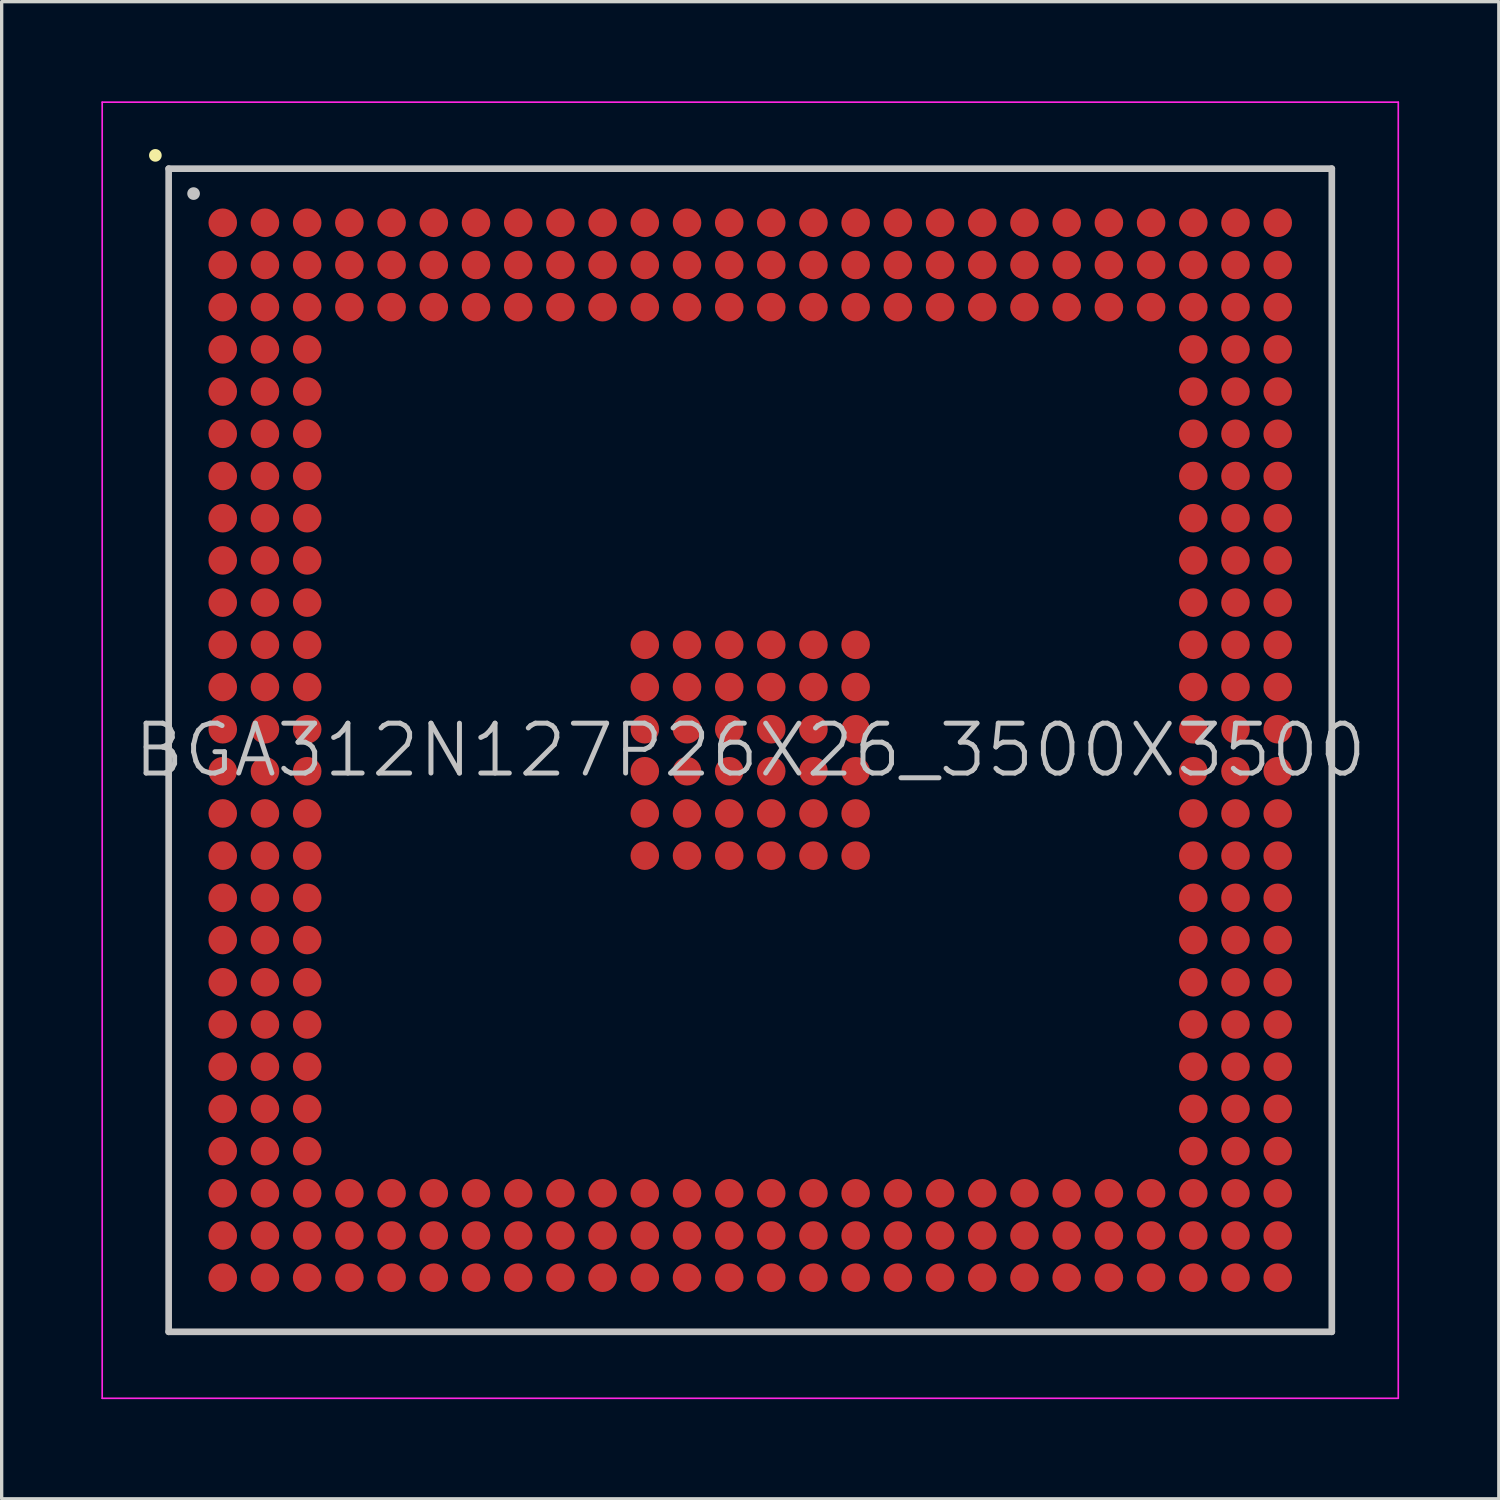
<source format=kicad_pcb>
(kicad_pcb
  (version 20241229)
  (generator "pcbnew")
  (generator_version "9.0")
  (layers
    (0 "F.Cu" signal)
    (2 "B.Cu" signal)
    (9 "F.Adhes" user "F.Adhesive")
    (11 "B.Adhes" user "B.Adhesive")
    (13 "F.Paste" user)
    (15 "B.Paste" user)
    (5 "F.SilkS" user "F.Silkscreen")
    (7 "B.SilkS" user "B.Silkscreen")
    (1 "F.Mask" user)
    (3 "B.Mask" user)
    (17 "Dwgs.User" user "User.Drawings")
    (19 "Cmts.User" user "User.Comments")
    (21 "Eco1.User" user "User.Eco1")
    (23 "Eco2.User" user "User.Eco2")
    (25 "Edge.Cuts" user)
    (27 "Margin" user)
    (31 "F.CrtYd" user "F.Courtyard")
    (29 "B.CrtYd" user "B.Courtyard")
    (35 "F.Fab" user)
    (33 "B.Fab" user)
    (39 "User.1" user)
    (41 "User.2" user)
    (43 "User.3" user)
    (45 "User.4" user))
  (footprint "BGA312N127P26X26_3500X3500"
    (layer "F.Cu")
    (at 19.525 19.525)
    (property "Reference" "BGA312N127P26X26_3500X3500" (at 0 0 0) (layer "Dwgs.User") (effects (font (size 1.5 1.5) (thickness 0.15))))
    (attr smd)
    (fp_line (start -17.9 -17.9) (end -17.9 -17.9) (stroke (width 0.381) (type solid)) (layer "F.SilkS"))
    (fp_line (start -17.5 -17.5) (end -17.5 17.5) (stroke (width 0.2) (type solid)) (layer "Dwgs.User"))
    (fp_line (start -17.5 -17.5) (end 17.5 -17.5) (stroke (width 0.2) (type solid)) (layer "Dwgs.User"))
    (fp_line (start -17.5 17.5) (end 17.5 17.5) (stroke (width 0.2) (type solid)) (layer "Dwgs.User"))
    (fp_line (start -16.75 -16.75) (end -16.75 -16.75) (stroke (width 0.381) (type solid)) (layer "Dwgs.User"))
    (fp_line (start 17.5 -17.5) (end 17.5 17.5) (stroke (width 0.2) (type solid)) (layer "Dwgs.User"))
    (fp_line (start -19.5 -19.5) (end -19.5 19.5) (stroke (width 0.05) (type solid)) (layer "F.CrtYd"))
    (fp_line (start -19.5 -19.5) (end 19.5 -19.5) (stroke (width 0.05) (type solid)) (layer "F.CrtYd"))
    (fp_line (start -19.5 19.5) (end 19.5 19.5) (stroke (width 0.05) (type solid)) (layer "F.CrtYd"))
    (fp_line (start 19.5 -19.5) (end 19.5 19.5) (stroke (width 0.05) (type solid)) (layer "F.CrtYd"))
    (pad "A1" smd circle (at -15.872 -15.872 270) (size 0.86 0.86) (layers "F.Cu" "F.Mask" "F.Paste"))
    (pad "A2" smd circle (at -14.602 -15.872 270) (size 0.86 0.86) (layers "F.Cu" "F.Mask" "F.Paste"))
    (pad "A3" smd circle (at -13.332 -15.872 270) (size 0.86 0.86) (layers "F.Cu" "F.Mask" "F.Paste"))
    (pad "A4" smd circle (at -12.062 -15.872 270) (size 0.86 0.86) (layers "F.Cu" "F.Mask" "F.Paste"))
    (pad "A5" smd circle (at -10.792 -15.872 270) (size 0.86 0.86) (layers "F.Cu" "F.Mask" "F.Paste"))
    (pad "A6" smd circle (at -9.522 -15.872 270) (size 0.86 0.86) (layers "F.Cu" "F.Mask" "F.Paste"))
    (pad "A7" smd circle (at -8.252 -15.872 270) (size 0.86 0.86) (layers "F.Cu" "F.Mask" "F.Paste"))
    (pad "A8" smd circle (at -6.982 -15.872 270) (size 0.86 0.86) (layers "F.Cu" "F.Mask" "F.Paste"))
    (pad "A9" smd circle (at -5.712 -15.872 270) (size 0.86 0.86) (layers "F.Cu" "F.Mask" "F.Paste"))
    (pad "A10" smd circle (at -4.442 -15.872 270) (size 0.86 0.86) (layers "F.Cu" "F.Mask" "F.Paste"))
    (pad "A11" smd circle (at -3.172 -15.872 270) (size 0.86 0.86) (layers "F.Cu" "F.Mask" "F.Paste"))
    (pad "A12" smd circle (at -1.902 -15.872 270) (size 0.86 0.86) (layers "F.Cu" "F.Mask" "F.Paste"))
    (pad "A13" smd circle (at -0.632 -15.872 270) (size 0.86 0.86) (layers "F.Cu" "F.Mask" "F.Paste"))
    (pad "A14" smd circle (at 0.632 -15.872 270) (size 0.86 0.86) (layers "F.Cu" "F.Mask" "F.Paste"))
    (pad "A15" smd circle (at 1.902 -15.872 270) (size 0.86 0.86) (layers "F.Cu" "F.Mask" "F.Paste"))
    (pad "A16" smd circle (at 3.172 -15.872 270) (size 0.86 0.86) (layers "F.Cu" "F.Mask" "F.Paste"))
    (pad "A17" smd circle (at 4.442 -15.872 270) (size 0.86 0.86) (layers "F.Cu" "F.Mask" "F.Paste"))
    (pad "A18" smd circle (at 5.712 -15.872 270) (size 0.86 0.86) (layers "F.Cu" "F.Mask" "F.Paste"))
    (pad "A19" smd circle (at 6.982 -15.872 270) (size 0.86 0.86) (layers "F.Cu" "F.Mask" "F.Paste"))
    (pad "A20" smd circle (at 8.252 -15.872 270) (size 0.86 0.86) (layers "F.Cu" "F.Mask" "F.Paste"))
    (pad "A21" smd circle (at 9.522 -15.872 270) (size 0.86 0.86) (layers "F.Cu" "F.Mask" "F.Paste"))
    (pad "A22" smd circle (at 10.792 -15.872 270) (size 0.86 0.86) (layers "F.Cu" "F.Mask" "F.Paste"))
    (pad "A23" smd circle (at 12.062 -15.872 270) (size 0.86 0.86) (layers "F.Cu" "F.Mask" "F.Paste"))
    (pad "A24" smd circle (at 13.332 -15.872 270) (size 0.86 0.86) (layers "F.Cu" "F.Mask" "F.Paste"))
    (pad "A25" smd circle (at 14.602 -15.872 270) (size 0.86 0.86) (layers "F.Cu" "F.Mask" "F.Paste"))
    (pad "A26" smd circle (at 15.872 -15.872 270) (size 0.86 0.86) (layers "F.Cu" "F.Mask" "F.Paste"))
    (pad "AA1" smd circle (at -15.872 9.522 270) (size 0.86 0.86) (layers "F.Cu" "F.Mask" "F.Paste"))
    (pad "AA2" smd circle (at -14.602 9.522 270) (size 0.86 0.86) (layers "F.Cu" "F.Mask" "F.Paste"))
    (pad "AA3" smd circle (at -13.332 9.522 270) (size 0.86 0.86) (layers "F.Cu" "F.Mask" "F.Paste"))
    (pad "AA24" smd circle (at 13.332 9.522 270) (size 0.86 0.86) (layers "F.Cu" "F.Mask" "F.Paste"))
    (pad "AA25" smd circle (at 14.602 9.522 270) (size 0.86 0.86) (layers "F.Cu" "F.Mask" "F.Paste"))
    (pad "AA26" smd circle (at 15.872 9.522 270) (size 0.86 0.86) (layers "F.Cu" "F.Mask" "F.Paste"))
    (pad "AB1" smd circle (at -15.872 10.792 270) (size 0.86 0.86) (layers "F.Cu" "F.Mask" "F.Paste"))
    (pad "AB2" smd circle (at -14.602 10.792 270) (size 0.86 0.86) (layers "F.Cu" "F.Mask" "F.Paste"))
    (pad "AB3" smd circle (at -13.332 10.792 270) (size 0.86 0.86) (layers "F.Cu" "F.Mask" "F.Paste"))
    (pad "AB24" smd circle (at 13.332 10.792 270) (size 0.86 0.86) (layers "F.Cu" "F.Mask" "F.Paste"))
    (pad "AB25" smd circle (at 14.602 10.792 270) (size 0.86 0.86) (layers "F.Cu" "F.Mask" "F.Paste"))
    (pad "AB26" smd circle (at 15.872 10.792 270) (size 0.86 0.86) (layers "F.Cu" "F.Mask" "F.Paste"))
    (pad "AC1" smd circle (at -15.872 12.062 270) (size 0.86 0.86) (layers "F.Cu" "F.Mask" "F.Paste"))
    (pad "AC2" smd circle (at -14.602 12.062 270) (size 0.86 0.86) (layers "F.Cu" "F.Mask" "F.Paste"))
    (pad "AC3" smd circle (at -13.332 12.062 270) (size 0.86 0.86) (layers "F.Cu" "F.Mask" "F.Paste"))
    (pad "AC24" smd circle (at 13.332 12.062 270) (size 0.86 0.86) (layers "F.Cu" "F.Mask" "F.Paste"))
    (pad "AC25" smd circle (at 14.602 12.062 270) (size 0.86 0.86) (layers "F.Cu" "F.Mask" "F.Paste"))
    (pad "AC26" smd circle (at 15.872 12.062 270) (size 0.86 0.86) (layers "F.Cu" "F.Mask" "F.Paste"))
    (pad "AD1" smd circle (at -15.872 13.332 270) (size 0.86 0.86) (layers "F.Cu" "F.Mask" "F.Paste"))
    (pad "AD2" smd circle (at -14.602 13.332 270) (size 0.86 0.86) (layers "F.Cu" "F.Mask" "F.Paste"))
    (pad "AD3" smd circle (at -13.332 13.332 270) (size 0.86 0.86) (layers "F.Cu" "F.Mask" "F.Paste"))
    (pad "AD4" smd circle (at -12.062 13.332 270) (size 0.86 0.86) (layers "F.Cu" "F.Mask" "F.Paste"))
    (pad "AD5" smd circle (at -10.792 13.332 270) (size 0.86 0.86) (layers "F.Cu" "F.Mask" "F.Paste"))
    (pad "AD6" smd circle (at -9.522 13.332 270) (size 0.86 0.86) (layers "F.Cu" "F.Mask" "F.Paste"))
    (pad "AD7" smd circle (at -8.252 13.332 270) (size 0.86 0.86) (layers "F.Cu" "F.Mask" "F.Paste"))
    (pad "AD8" smd circle (at -6.982 13.332 270) (size 0.86 0.86) (layers "F.Cu" "F.Mask" "F.Paste"))
    (pad "AD9" smd circle (at -5.712 13.332 270) (size 0.86 0.86) (layers "F.Cu" "F.Mask" "F.Paste"))
    (pad "AD10" smd circle (at -4.442 13.332 270) (size 0.86 0.86) (layers "F.Cu" "F.Mask" "F.Paste"))
    (pad "AD11" smd circle (at -3.172 13.332 270) (size 0.86 0.86) (layers "F.Cu" "F.Mask" "F.Paste"))
    (pad "AD12" smd circle (at -1.902 13.332 270) (size 0.86 0.86) (layers "F.Cu" "F.Mask" "F.Paste"))
    (pad "AD13" smd circle (at -0.632 13.332 270) (size 0.86 0.86) (layers "F.Cu" "F.Mask" "F.Paste"))
    (pad "AD14" smd circle (at 0.632 13.332 270) (size 0.86 0.86) (layers "F.Cu" "F.Mask" "F.Paste"))
    (pad "AD15" smd circle (at 1.902 13.332 270) (size 0.86 0.86) (layers "F.Cu" "F.Mask" "F.Paste"))
    (pad "AD16" smd circle (at 3.172 13.332 270) (size 0.86 0.86) (layers "F.Cu" "F.Mask" "F.Paste"))
    (pad "AD17" smd circle (at 4.442 13.332 270) (size 0.86 0.86) (layers "F.Cu" "F.Mask" "F.Paste"))
    (pad "AD18" smd circle (at 5.712 13.332 270) (size 0.86 0.86) (layers "F.Cu" "F.Mask" "F.Paste"))
    (pad "AD19" smd circle (at 6.982 13.332 270) (size 0.86 0.86) (layers "F.Cu" "F.Mask" "F.Paste"))
    (pad "AD20" smd circle (at 8.252 13.332 270) (size 0.86 0.86) (layers "F.Cu" "F.Mask" "F.Paste"))
    (pad "AD21" smd circle (at 9.522 13.332 270) (size 0.86 0.86) (layers "F.Cu" "F.Mask" "F.Paste"))
    (pad "AD22" smd circle (at 10.792 13.332 270) (size 0.86 0.86) (layers "F.Cu" "F.Mask" "F.Paste"))
    (pad "AD23" smd circle (at 12.062 13.332 270) (size 0.86 0.86) (layers "F.Cu" "F.Mask" "F.Paste"))
    (pad "AD24" smd circle (at 13.332 13.332 270) (size 0.86 0.86) (layers "F.Cu" "F.Mask" "F.Paste"))
    (pad "AD25" smd circle (at 14.602 13.332 270) (size 0.86 0.86) (layers "F.Cu" "F.Mask" "F.Paste"))
    (pad "AD26" smd circle (at 15.872 13.332 270) (size 0.86 0.86) (layers "F.Cu" "F.Mask" "F.Paste"))
    (pad "AE1" smd circle (at -15.872 14.602 270) (size 0.86 0.86) (layers "F.Cu" "F.Mask" "F.Paste"))
    (pad "AE2" smd circle (at -14.602 14.602 270) (size 0.86 0.86) (layers "F.Cu" "F.Mask" "F.Paste"))
    (pad "AE3" smd circle (at -13.332 14.602 270) (size 0.86 0.86) (layers "F.Cu" "F.Mask" "F.Paste"))
    (pad "AE4" smd circle (at -12.062 14.602 270) (size 0.86 0.86) (layers "F.Cu" "F.Mask" "F.Paste"))
    (pad "AE5" smd circle (at -10.792 14.602 270) (size 0.86 0.86) (layers "F.Cu" "F.Mask" "F.Paste"))
    (pad "AE6" smd circle (at -9.522 14.602 270) (size 0.86 0.86) (layers "F.Cu" "F.Mask" "F.Paste"))
    (pad "AE7" smd circle (at -8.252 14.602 270) (size 0.86 0.86) (layers "F.Cu" "F.Mask" "F.Paste"))
    (pad "AE8" smd circle (at -6.982 14.602 270) (size 0.86 0.86) (layers "F.Cu" "F.Mask" "F.Paste"))
    (pad "AE9" smd circle (at -5.712 14.602 270) (size 0.86 0.86) (layers "F.Cu" "F.Mask" "F.Paste"))
    (pad "AE10" smd circle (at -4.442 14.602 270) (size 0.86 0.86) (layers "F.Cu" "F.Mask" "F.Paste"))
    (pad "AE11" smd circle (at -3.172 14.602 270) (size 0.86 0.86) (layers "F.Cu" "F.Mask" "F.Paste"))
    (pad "AE12" smd circle (at -1.902 14.602 270) (size 0.86 0.86) (layers "F.Cu" "F.Mask" "F.Paste"))
    (pad "AE13" smd circle (at -0.632 14.602 270) (size 0.86 0.86) (layers "F.Cu" "F.Mask" "F.Paste"))
    (pad "AE14" smd circle (at 0.632 14.602 270) (size 0.86 0.86) (layers "F.Cu" "F.Mask" "F.Paste"))
    (pad "AE15" smd circle (at 1.902 14.602 270) (size 0.86 0.86) (layers "F.Cu" "F.Mask" "F.Paste"))
    (pad "AE16" smd circle (at 3.172 14.602 270) (size 0.86 0.86) (layers "F.Cu" "F.Mask" "F.Paste"))
    (pad "AE17" smd circle (at 4.442 14.602 270) (size 0.86 0.86) (layers "F.Cu" "F.Mask" "F.Paste"))
    (pad "AE18" smd circle (at 5.712 14.602 270) (size 0.86 0.86) (layers "F.Cu" "F.Mask" "F.Paste"))
    (pad "AE19" smd circle (at 6.982 14.602 270) (size 0.86 0.86) (layers "F.Cu" "F.Mask" "F.Paste"))
    (pad "AE20" smd circle (at 8.252 14.602 270) (size 0.86 0.86) (layers "F.Cu" "F.Mask" "F.Paste"))
    (pad "AE21" smd circle (at 9.522 14.602 270) (size 0.86 0.86) (layers "F.Cu" "F.Mask" "F.Paste"))
    (pad "AE22" smd circle (at 10.792 14.602 270) (size 0.86 0.86) (layers "F.Cu" "F.Mask" "F.Paste"))
    (pad "AE23" smd circle (at 12.062 14.602 270) (size 0.86 0.86) (layers "F.Cu" "F.Mask" "F.Paste"))
    (pad "AE24" smd circle (at 13.332 14.602 270) (size 0.86 0.86) (layers "F.Cu" "F.Mask" "F.Paste"))
    (pad "AE25" smd circle (at 14.602 14.602 270) (size 0.86 0.86) (layers "F.Cu" "F.Mask" "F.Paste"))
    (pad "AE26" smd circle (at 15.872 14.602 270) (size 0.86 0.86) (layers "F.Cu" "F.Mask" "F.Paste"))
    (pad "AF1" smd circle (at -15.872 15.872 270) (size 0.86 0.86) (layers "F.Cu" "F.Mask" "F.Paste"))
    (pad "AF2" smd circle (at -14.602 15.872 270) (size 0.86 0.86) (layers "F.Cu" "F.Mask" "F.Paste"))
    (pad "AF3" smd circle (at -13.332 15.872 270) (size 0.86 0.86) (layers "F.Cu" "F.Mask" "F.Paste"))
    (pad "AF4" smd circle (at -12.062 15.872 270) (size 0.86 0.86) (layers "F.Cu" "F.Mask" "F.Paste"))
    (pad "AF5" smd circle (at -10.792 15.872 270) (size 0.86 0.86) (layers "F.Cu" "F.Mask" "F.Paste"))
    (pad "AF6" smd circle (at -9.522 15.872 270) (size 0.86 0.86) (layers "F.Cu" "F.Mask" "F.Paste"))
    (pad "AF7" smd circle (at -8.252 15.872 270) (size 0.86 0.86) (layers "F.Cu" "F.Mask" "F.Paste"))
    (pad "AF8" smd circle (at -6.982 15.872 270) (size 0.86 0.86) (layers "F.Cu" "F.Mask" "F.Paste"))
    (pad "AF9" smd circle (at -5.712 15.872 270) (size 0.86 0.86) (layers "F.Cu" "F.Mask" "F.Paste"))
    (pad "AF10" smd circle (at -4.442 15.872 270) (size 0.86 0.86) (layers "F.Cu" "F.Mask" "F.Paste"))
    (pad "AF11" smd circle (at -3.172 15.872 270) (size 0.86 0.86) (layers "F.Cu" "F.Mask" "F.Paste"))
    (pad "AF12" smd circle (at -1.902 15.872 270) (size 0.86 0.86) (layers "F.Cu" "F.Mask" "F.Paste"))
    (pad "AF13" smd circle (at -0.632 15.872 270) (size 0.86 0.86) (layers "F.Cu" "F.Mask" "F.Paste"))
    (pad "AF14" smd circle (at 0.632 15.872 270) (size 0.86 0.86) (layers "F.Cu" "F.Mask" "F.Paste"))
    (pad "AF15" smd circle (at 1.902 15.872 270) (size 0.86 0.86) (layers "F.Cu" "F.Mask" "F.Paste"))
    (pad "AF16" smd circle (at 3.172 15.872 270) (size 0.86 0.86) (layers "F.Cu" "F.Mask" "F.Paste"))
    (pad "AF17" smd circle (at 4.442 15.872 270) (size 0.86 0.86) (layers "F.Cu" "F.Mask" "F.Paste"))
    (pad "AF18" smd circle (at 5.712 15.872 270) (size 0.86 0.86) (layers "F.Cu" "F.Mask" "F.Paste"))
    (pad "AF19" smd circle (at 6.982 15.872 270) (size 0.86 0.86) (layers "F.Cu" "F.Mask" "F.Paste"))
    (pad "AF20" smd circle (at 8.252 15.872 270) (size 0.86 0.86) (layers "F.Cu" "F.Mask" "F.Paste"))
    (pad "AF21" smd circle (at 9.522 15.872 270) (size 0.86 0.86) (layers "F.Cu" "F.Mask" "F.Paste"))
    (pad "AF22" smd circle (at 10.792 15.872 270) (size 0.86 0.86) (layers "F.Cu" "F.Mask" "F.Paste"))
    (pad "AF23" smd circle (at 12.062 15.872 270) (size 0.86 0.86) (layers "F.Cu" "F.Mask" "F.Paste"))
    (pad "AF24" smd circle (at 13.332 15.872 270) (size 0.86 0.86) (layers "F.Cu" "F.Mask" "F.Paste"))
    (pad "AF25" smd circle (at 14.602 15.872 270) (size 0.86 0.86) (layers "F.Cu" "F.Mask" "F.Paste"))
    (pad "AF26" smd circle (at 15.872 15.872 270) (size 0.86 0.86) (layers "F.Cu" "F.Mask" "F.Paste"))
    (pad "B1" smd circle (at -15.872 -14.602 270) (size 0.86 0.86) (layers "F.Cu" "F.Mask" "F.Paste"))
    (pad "B2" smd circle (at -14.602 -14.602 270) (size 0.86 0.86) (layers "F.Cu" "F.Mask" "F.Paste"))
    (pad "B3" smd circle (at -13.332 -14.602 270) (size 0.86 0.86) (layers "F.Cu" "F.Mask" "F.Paste"))
    (pad "B4" smd circle (at -12.062 -14.602 270) (size 0.86 0.86) (layers "F.Cu" "F.Mask" "F.Paste"))
    (pad "B5" smd circle (at -10.792 -14.602 270) (size 0.86 0.86) (layers "F.Cu" "F.Mask" "F.Paste"))
    (pad "B6" smd circle (at -9.522 -14.602 270) (size 0.86 0.86) (layers "F.Cu" "F.Mask" "F.Paste"))
    (pad "B7" smd circle (at -8.252 -14.602 270) (size 0.86 0.86) (layers "F.Cu" "F.Mask" "F.Paste"))
    (pad "B8" smd circle (at -6.982 -14.602 270) (size 0.86 0.86) (layers "F.Cu" "F.Mask" "F.Paste"))
    (pad "B9" smd circle (at -5.712 -14.602 270) (size 0.86 0.86) (layers "F.Cu" "F.Mask" "F.Paste"))
    (pad "B10" smd circle (at -4.442 -14.602 270) (size 0.86 0.86) (layers "F.Cu" "F.Mask" "F.Paste"))
    (pad "B11" smd circle (at -3.172 -14.602 270) (size 0.86 0.86) (layers "F.Cu" "F.Mask" "F.Paste"))
    (pad "B12" smd circle (at -1.902 -14.602 270) (size 0.86 0.86) (layers "F.Cu" "F.Mask" "F.Paste"))
    (pad "B13" smd circle (at -0.632 -14.602 270) (size 0.86 0.86) (layers "F.Cu" "F.Mask" "F.Paste"))
    (pad "B14" smd circle (at 0.632 -14.602 270) (size 0.86 0.86) (layers "F.Cu" "F.Mask" "F.Paste"))
    (pad "B15" smd circle (at 1.902 -14.602 270) (size 0.86 0.86) (layers "F.Cu" "F.Mask" "F.Paste"))
    (pad "B16" smd circle (at 3.172 -14.602 270) (size 0.86 0.86) (layers "F.Cu" "F.Mask" "F.Paste"))
    (pad "B17" smd circle (at 4.442 -14.602 270) (size 0.86 0.86) (layers "F.Cu" "F.Mask" "F.Paste"))
    (pad "B18" smd circle (at 5.712 -14.602 270) (size 0.86 0.86) (layers "F.Cu" "F.Mask" "F.Paste"))
    (pad "B19" smd circle (at 6.982 -14.602 270) (size 0.86 0.86) (layers "F.Cu" "F.Mask" "F.Paste"))
    (pad "B20" smd circle (at 8.252 -14.602 270) (size 0.86 0.86) (layers "F.Cu" "F.Mask" "F.Paste"))
    (pad "B21" smd circle (at 9.522 -14.602 270) (size 0.86 0.86) (layers "F.Cu" "F.Mask" "F.Paste"))
    (pad "B22" smd circle (at 10.792 -14.602 270) (size 0.86 0.86) (layers "F.Cu" "F.Mask" "F.Paste"))
    (pad "B23" smd circle (at 12.062 -14.602 270) (size 0.86 0.86) (layers "F.Cu" "F.Mask" "F.Paste"))
    (pad "B24" smd circle (at 13.332 -14.602 270) (size 0.86 0.86) (layers "F.Cu" "F.Mask" "F.Paste"))
    (pad "B25" smd circle (at 14.602 -14.602 270) (size 0.86 0.86) (layers "F.Cu" "F.Mask" "F.Paste"))
    (pad "B26" smd circle (at 15.872 -14.602 270) (size 0.86 0.86) (layers "F.Cu" "F.Mask" "F.Paste"))
    (pad "C1" smd circle (at -15.872 -13.332 270) (size 0.86 0.86) (layers "F.Cu" "F.Mask" "F.Paste"))
    (pad "C2" smd circle (at -14.602 -13.332 270) (size 0.86 0.86) (layers "F.Cu" "F.Mask" "F.Paste"))
    (pad "C3" smd circle (at -13.332 -13.332 270) (size 0.86 0.86) (layers "F.Cu" "F.Mask" "F.Paste"))
    (pad "C4" smd circle (at -12.062 -13.332 270) (size 0.86 0.86) (layers "F.Cu" "F.Mask" "F.Paste"))
    (pad "C5" smd circle (at -10.792 -13.332 270) (size 0.86 0.86) (layers "F.Cu" "F.Mask" "F.Paste"))
    (pad "C6" smd circle (at -9.522 -13.332 270) (size 0.86 0.86) (layers "F.Cu" "F.Mask" "F.Paste"))
    (pad "C7" smd circle (at -8.252 -13.332 270) (size 0.86 0.86) (layers "F.Cu" "F.Mask" "F.Paste"))
    (pad "C8" smd circle (at -6.982 -13.332 270) (size 0.86 0.86) (layers "F.Cu" "F.Mask" "F.Paste"))
    (pad "C9" smd circle (at -5.712 -13.332 270) (size 0.86 0.86) (layers "F.Cu" "F.Mask" "F.Paste"))
    (pad "C10" smd circle (at -4.442 -13.332 270) (size 0.86 0.86) (layers "F.Cu" "F.Mask" "F.Paste"))
    (pad "C11" smd circle (at -3.172 -13.332 270) (size 0.86 0.86) (layers "F.Cu" "F.Mask" "F.Paste"))
    (pad "C12" smd circle (at -1.902 -13.332 270) (size 0.86 0.86) (layers "F.Cu" "F.Mask" "F.Paste"))
    (pad "C13" smd circle (at -0.632 -13.332 270) (size 0.86 0.86) (layers "F.Cu" "F.Mask" "F.Paste"))
    (pad "C14" smd circle (at 0.632 -13.332 270) (size 0.86 0.86) (layers "F.Cu" "F.Mask" "F.Paste"))
    (pad "C15" smd circle (at 1.902 -13.332 270) (size 0.86 0.86) (layers "F.Cu" "F.Mask" "F.Paste"))
    (pad "C16" smd circle (at 3.172 -13.332 270) (size 0.86 0.86) (layers "F.Cu" "F.Mask" "F.Paste"))
    (pad "C17" smd circle (at 4.442 -13.332 270) (size 0.86 0.86) (layers "F.Cu" "F.Mask" "F.Paste"))
    (pad "C18" smd circle (at 5.712 -13.332 270) (size 0.86 0.86) (layers "F.Cu" "F.Mask" "F.Paste"))
    (pad "C19" smd circle (at 6.982 -13.332 270) (size 0.86 0.86) (layers "F.Cu" "F.Mask" "F.Paste"))
    (pad "C20" smd circle (at 8.252 -13.332 270) (size 0.86 0.86) (layers "F.Cu" "F.Mask" "F.Paste"))
    (pad "C21" smd circle (at 9.522 -13.332 270) (size 0.86 0.86) (layers "F.Cu" "F.Mask" "F.Paste"))
    (pad "C22" smd circle (at 10.792 -13.332 270) (size 0.86 0.86) (layers "F.Cu" "F.Mask" "F.Paste"))
    (pad "C23" smd circle (at 12.062 -13.332 270) (size 0.86 0.86) (layers "F.Cu" "F.Mask" "F.Paste"))
    (pad "C24" smd circle (at 13.332 -13.332 270) (size 0.86 0.86) (layers "F.Cu" "F.Mask" "F.Paste"))
    (pad "C25" smd circle (at 14.602 -13.332 270) (size 0.86 0.86) (layers "F.Cu" "F.Mask" "F.Paste"))
    (pad "C26" smd circle (at 15.872 -13.332 270) (size 0.86 0.86) (layers "F.Cu" "F.Mask" "F.Paste"))
    (pad "D1" smd circle (at -15.872 -12.062 270) (size 0.86 0.86) (layers "F.Cu" "F.Mask" "F.Paste"))
    (pad "D2" smd circle (at -14.602 -12.062 270) (size 0.86 0.86) (layers "F.Cu" "F.Mask" "F.Paste"))
    (pad "D3" smd circle (at -13.332 -12.062 270) (size 0.86 0.86) (layers "F.Cu" "F.Mask" "F.Paste"))
    (pad "D24" smd circle (at 13.332 -12.062 270) (size 0.86 0.86) (layers "F.Cu" "F.Mask" "F.Paste"))
    (pad "D25" smd circle (at 14.602 -12.062 270) (size 0.86 0.86) (layers "F.Cu" "F.Mask" "F.Paste"))
    (pad "D26" smd circle (at 15.872 -12.062 270) (size 0.86 0.86) (layers "F.Cu" "F.Mask" "F.Paste"))
    (pad "E1" smd circle (at -15.872 -10.792 270) (size 0.86 0.86) (layers "F.Cu" "F.Mask" "F.Paste"))
    (pad "E2" smd circle (at -14.602 -10.792 270) (size 0.86 0.86) (layers "F.Cu" "F.Mask" "F.Paste"))
    (pad "E3" smd circle (at -13.332 -10.792 270) (size 0.86 0.86) (layers "F.Cu" "F.Mask" "F.Paste"))
    (pad "E24" smd circle (at 13.332 -10.792 270) (size 0.86 0.86) (layers "F.Cu" "F.Mask" "F.Paste"))
    (pad "E25" smd circle (at 14.602 -10.792 270) (size 0.86 0.86) (layers "F.Cu" "F.Mask" "F.Paste"))
    (pad "E26" smd circle (at 15.872 -10.792 270) (size 0.86 0.86) (layers "F.Cu" "F.Mask" "F.Paste"))
    (pad "F1" smd circle (at -15.872 -9.522 270) (size 0.86 0.86) (layers "F.Cu" "F.Mask" "F.Paste"))
    (pad "F2" smd circle (at -14.602 -9.522 270) (size 0.86 0.86) (layers "F.Cu" "F.Mask" "F.Paste"))
    (pad "F3" smd circle (at -13.332 -9.522 270) (size 0.86 0.86) (layers "F.Cu" "F.Mask" "F.Paste"))
    (pad "F24" smd circle (at 13.332 -9.522 270) (size 0.86 0.86) (layers "F.Cu" "F.Mask" "F.Paste"))
    (pad "F25" smd circle (at 14.602 -9.522 270) (size 0.86 0.86) (layers "F.Cu" "F.Mask" "F.Paste"))
    (pad "F26" smd circle (at 15.872 -9.522 270) (size 0.86 0.86) (layers "F.Cu" "F.Mask" "F.Paste"))
    (pad "G1" smd circle (at -15.872 -8.252 270) (size 0.86 0.86) (layers "F.Cu" "F.Mask" "F.Paste"))
    (pad "G2" smd circle (at -14.602 -8.252 270) (size 0.86 0.86) (layers "F.Cu" "F.Mask" "F.Paste"))
    (pad "G3" smd circle (at -13.332 -8.252 270) (size 0.86 0.86) (layers "F.Cu" "F.Mask" "F.Paste"))
    (pad "G24" smd circle (at 13.332 -8.252 270) (size 0.86 0.86) (layers "F.Cu" "F.Mask" "F.Paste"))
    (pad "G25" smd circle (at 14.602 -8.252 270) (size 0.86 0.86) (layers "F.Cu" "F.Mask" "F.Paste"))
    (pad "G26" smd circle (at 15.872 -8.252 270) (size 0.86 0.86) (layers "F.Cu" "F.Mask" "F.Paste"))
    (pad "H1" smd circle (at -15.872 -6.982 270) (size 0.86 0.86) (layers "F.Cu" "F.Mask" "F.Paste"))
    (pad "H2" smd circle (at -14.602 -6.982 270) (size 0.86 0.86) (layers "F.Cu" "F.Mask" "F.Paste"))
    (pad "H3" smd circle (at -13.332 -6.982 270) (size 0.86 0.86) (layers "F.Cu" "F.Mask" "F.Paste"))
    (pad "H24" smd circle (at 13.332 -6.982 270) (size 0.86 0.86) (layers "F.Cu" "F.Mask" "F.Paste"))
    (pad "H25" smd circle (at 14.602 -6.982 270) (size 0.86 0.86) (layers "F.Cu" "F.Mask" "F.Paste"))
    (pad "H26" smd circle (at 15.872 -6.982 270) (size 0.86 0.86) (layers "F.Cu" "F.Mask" "F.Paste"))
    (pad "J1" smd circle (at -15.872 -5.712 270) (size 0.86 0.86) (layers "F.Cu" "F.Mask" "F.Paste"))
    (pad "J2" smd circle (at -14.602 -5.712 270) (size 0.86 0.86) (layers "F.Cu" "F.Mask" "F.Paste"))
    (pad "J3" smd circle (at -13.332 -5.712 270) (size 0.86 0.86) (layers "F.Cu" "F.Mask" "F.Paste"))
    (pad "J24" smd circle (at 13.332 -5.712 270) (size 0.86 0.86) (layers "F.Cu" "F.Mask" "F.Paste"))
    (pad "J25" smd circle (at 14.602 -5.712 270) (size 0.86 0.86) (layers "F.Cu" "F.Mask" "F.Paste"))
    (pad "J26" smd circle (at 15.872 -5.712 270) (size 0.86 0.86) (layers "F.Cu" "F.Mask" "F.Paste"))
    (pad "K1" smd circle (at -15.872 -4.442 270) (size 0.86 0.86) (layers "F.Cu" "F.Mask" "F.Paste"))
    (pad "K2" smd circle (at -14.602 -4.442 270) (size 0.86 0.86) (layers "F.Cu" "F.Mask" "F.Paste"))
    (pad "K3" smd circle (at -13.332 -4.442 270) (size 0.86 0.86) (layers "F.Cu" "F.Mask" "F.Paste"))
    (pad "K24" smd circle (at 13.332 -4.442 270) (size 0.86 0.86) (layers "F.Cu" "F.Mask" "F.Paste"))
    (pad "K25" smd circle (at 14.602 -4.442 270) (size 0.86 0.86) (layers "F.Cu" "F.Mask" "F.Paste"))
    (pad "K26" smd circle (at 15.872 -4.442 270) (size 0.86 0.86) (layers "F.Cu" "F.Mask" "F.Paste"))
    (pad "L1" smd circle (at -15.872 -3.172 270) (size 0.86 0.86) (layers "F.Cu" "F.Mask" "F.Paste"))
    (pad "L2" smd circle (at -14.602 -3.172 270) (size 0.86 0.86) (layers "F.Cu" "F.Mask" "F.Paste"))
    (pad "L3" smd circle (at -13.332 -3.172 270) (size 0.86 0.86) (layers "F.Cu" "F.Mask" "F.Paste"))
    (pad "L11" smd circle (at -3.172 -3.172 270) (size 0.86 0.86) (layers "F.Cu" "F.Mask" "F.Paste"))
    (pad "L12" smd circle (at -1.902 -3.172 270) (size 0.86 0.86) (layers "F.Cu" "F.Mask" "F.Paste"))
    (pad "L13" smd circle (at -0.632 -3.172 270) (size 0.86 0.86) (layers "F.Cu" "F.Mask" "F.Paste"))
    (pad "L14" smd circle (at 0.632 -3.172 270) (size 0.86 0.86) (layers "F.Cu" "F.Mask" "F.Paste"))
    (pad "L15" smd circle (at 1.902 -3.172 270) (size 0.86 0.86) (layers "F.Cu" "F.Mask" "F.Paste"))
    (pad "L16" smd circle (at 3.172 -3.172 270) (size 0.86 0.86) (layers "F.Cu" "F.Mask" "F.Paste"))
    (pad "L24" smd circle (at 13.332 -3.172 270) (size 0.86 0.86) (layers "F.Cu" "F.Mask" "F.Paste"))
    (pad "L25" smd circle (at 14.602 -3.172 270) (size 0.86 0.86) (layers "F.Cu" "F.Mask" "F.Paste"))
    (pad "L26" smd circle (at 15.872 -3.172 270) (size 0.86 0.86) (layers "F.Cu" "F.Mask" "F.Paste"))
    (pad "M1" smd circle (at -15.872 -1.902 270) (size 0.86 0.86) (layers "F.Cu" "F.Mask" "F.Paste"))
    (pad "M2" smd circle (at -14.602 -1.902 270) (size 0.86 0.86) (layers "F.Cu" "F.Mask" "F.Paste"))
    (pad "M3" smd circle (at -13.332 -1.902 270) (size 0.86 0.86) (layers "F.Cu" "F.Mask" "F.Paste"))
    (pad "M11" smd circle (at -3.172 -1.902 270) (size 0.86 0.86) (layers "F.Cu" "F.Mask" "F.Paste"))
    (pad "M12" smd circle (at -1.902 -1.902 270) (size 0.86 0.86) (layers "F.Cu" "F.Mask" "F.Paste"))
    (pad "M13" smd circle (at -0.632 -1.902 270) (size 0.86 0.86) (layers "F.Cu" "F.Mask" "F.Paste"))
    (pad "M14" smd circle (at 0.632 -1.902 270) (size 0.86 0.86) (layers "F.Cu" "F.Mask" "F.Paste"))
    (pad "M15" smd circle (at 1.902 -1.902 270) (size 0.86 0.86) (layers "F.Cu" "F.Mask" "F.Paste"))
    (pad "M16" smd circle (at 3.172 -1.902 270) (size 0.86 0.86) (layers "F.Cu" "F.Mask" "F.Paste"))
    (pad "M24" smd circle (at 13.332 -1.902 270) (size 0.86 0.86) (layers "F.Cu" "F.Mask" "F.Paste"))
    (pad "M25" smd circle (at 14.602 -1.902 270) (size 0.86 0.86) (layers "F.Cu" "F.Mask" "F.Paste"))
    (pad "M26" smd circle (at 15.872 -1.902 270) (size 0.86 0.86) (layers "F.Cu" "F.Mask" "F.Paste"))
    (pad "N1" smd circle (at -15.872 -0.632 270) (size 0.86 0.86) (layers "F.Cu" "F.Mask" "F.Paste"))
    (pad "N2" smd circle (at -14.602 -0.632 270) (size 0.86 0.86) (layers "F.Cu" "F.Mask" "F.Paste"))
    (pad "N3" smd circle (at -13.332 -0.632 270) (size 0.86 0.86) (layers "F.Cu" "F.Mask" "F.Paste"))
    (pad "N11" smd circle (at -3.172 -0.632 270) (size 0.86 0.86) (layers "F.Cu" "F.Mask" "F.Paste"))
    (pad "N12" smd circle (at -1.902 -0.632 270) (size 0.86 0.86) (layers "F.Cu" "F.Mask" "F.Paste"))
    (pad "N13" smd circle (at -0.632 -0.632 270) (size 0.86 0.86) (layers "F.Cu" "F.Mask" "F.Paste"))
    (pad "N14" smd circle (at 0.632 -0.632 270) (size 0.86 0.86) (layers "F.Cu" "F.Mask" "F.Paste"))
    (pad "N15" smd circle (at 1.902 -0.632 270) (size 0.86 0.86) (layers "F.Cu" "F.Mask" "F.Paste"))
    (pad "N16" smd circle (at 3.172 -0.632 270) (size 0.86 0.86) (layers "F.Cu" "F.Mask" "F.Paste"))
    (pad "N24" smd circle (at 13.332 -0.632 270) (size 0.86 0.86) (layers "F.Cu" "F.Mask" "F.Paste"))
    (pad "N25" smd circle (at 14.602 -0.632 270) (size 0.86 0.86) (layers "F.Cu" "F.Mask" "F.Paste"))
    (pad "N26" smd circle (at 15.872 -0.632 270) (size 0.86 0.86) (layers "F.Cu" "F.Mask" "F.Paste"))
    (pad "P1" smd circle (at -15.872 0.632 270) (size 0.86 0.86) (layers "F.Cu" "F.Mask" "F.Paste"))
    (pad "P2" smd circle (at -14.602 0.632 270) (size 0.86 0.86) (layers "F.Cu" "F.Mask" "F.Paste"))
    (pad "P3" smd circle (at -13.332 0.632 270) (size 0.86 0.86) (layers "F.Cu" "F.Mask" "F.Paste"))
    (pad "P11" smd circle (at -3.172 0.632 270) (size 0.86 0.86) (layers "F.Cu" "F.Mask" "F.Paste"))
    (pad "P12" smd circle (at -1.902 0.632 270) (size 0.86 0.86) (layers "F.Cu" "F.Mask" "F.Paste"))
    (pad "P13" smd circle (at -0.632 0.632 270) (size 0.86 0.86) (layers "F.Cu" "F.Mask" "F.Paste"))
    (pad "P14" smd circle (at 0.632 0.632 270) (size 0.86 0.86) (layers "F.Cu" "F.Mask" "F.Paste"))
    (pad "P15" smd circle (at 1.902 0.632 270) (size 0.86 0.86) (layers "F.Cu" "F.Mask" "F.Paste"))
    (pad "P16" smd circle (at 3.172 0.632 270) (size 0.86 0.86) (layers "F.Cu" "F.Mask" "F.Paste"))
    (pad "P24" smd circle (at 13.332 0.632 270) (size 0.86 0.86) (layers "F.Cu" "F.Mask" "F.Paste"))
    (pad "P25" smd circle (at 14.602 0.632 270) (size 0.86 0.86) (layers "F.Cu" "F.Mask" "F.Paste"))
    (pad "P26" smd circle (at 15.872 0.632 270) (size 0.86 0.86) (layers "F.Cu" "F.Mask" "F.Paste"))
    (pad "R1" smd circle (at -15.872 1.902 270) (size 0.86 0.86) (layers "F.Cu" "F.Mask" "F.Paste"))
    (pad "R2" smd circle (at -14.602 1.902 270) (size 0.86 0.86) (layers "F.Cu" "F.Mask" "F.Paste"))
    (pad "R3" smd circle (at -13.332 1.902 270) (size 0.86 0.86) (layers "F.Cu" "F.Mask" "F.Paste"))
    (pad "R11" smd circle (at -3.172 1.902 270) (size 0.86 0.86) (layers "F.Cu" "F.Mask" "F.Paste"))
    (pad "R12" smd circle (at -1.902 1.902 270) (size 0.86 0.86) (layers "F.Cu" "F.Mask" "F.Paste"))
    (pad "R13" smd circle (at -0.632 1.902 270) (size 0.86 0.86) (layers "F.Cu" "F.Mask" "F.Paste"))
    (pad "R14" smd circle (at 0.632 1.902 270) (size 0.86 0.86) (layers "F.Cu" "F.Mask" "F.Paste"))
    (pad "R15" smd circle (at 1.902 1.902 270) (size 0.86 0.86) (layers "F.Cu" "F.Mask" "F.Paste"))
    (pad "R16" smd circle (at 3.172 1.902 270) (size 0.86 0.86) (layers "F.Cu" "F.Mask" "F.Paste"))
    (pad "R24" smd circle (at 13.332 1.902 270) (size 0.86 0.86) (layers "F.Cu" "F.Mask" "F.Paste"))
    (pad "R25" smd circle (at 14.602 1.902 270) (size 0.86 0.86) (layers "F.Cu" "F.Mask" "F.Paste"))
    (pad "R26" smd circle (at 15.872 1.902 270) (size 0.86 0.86) (layers "F.Cu" "F.Mask" "F.Paste"))
    (pad "T1" smd circle (at -15.872 3.172 270) (size 0.86 0.86) (layers "F.Cu" "F.Mask" "F.Paste"))
    (pad "T2" smd circle (at -14.602 3.172 270) (size 0.86 0.86) (layers "F.Cu" "F.Mask" "F.Paste"))
    (pad "T3" smd circle (at -13.332 3.172 270) (size 0.86 0.86) (layers "F.Cu" "F.Mask" "F.Paste"))
    (pad "T11" smd circle (at -3.172 3.172 270) (size 0.86 0.86) (layers "F.Cu" "F.Mask" "F.Paste"))
    (pad "T12" smd circle (at -1.902 3.172 270) (size 0.86 0.86) (layers "F.Cu" "F.Mask" "F.Paste"))
    (pad "T13" smd circle (at -0.632 3.172 270) (size 0.86 0.86) (layers "F.Cu" "F.Mask" "F.Paste"))
    (pad "T14" smd circle (at 0.632 3.172 270) (size 0.86 0.86) (layers "F.Cu" "F.Mask" "F.Paste"))
    (pad "T15" smd circle (at 1.902 3.172 270) (size 0.86 0.86) (layers "F.Cu" "F.Mask" "F.Paste"))
    (pad "T16" smd circle (at 3.172 3.172 270) (size 0.86 0.86) (layers "F.Cu" "F.Mask" "F.Paste"))
    (pad "T24" smd circle (at 13.332 3.172 270) (size 0.86 0.86) (layers "F.Cu" "F.Mask" "F.Paste"))
    (pad "T25" smd circle (at 14.602 3.172 270) (size 0.86 0.86) (layers "F.Cu" "F.Mask" "F.Paste"))
    (pad "T26" smd circle (at 15.872 3.172 270) (size 0.86 0.86) (layers "F.Cu" "F.Mask" "F.Paste"))
    (pad "U1" smd circle (at -15.872 4.442 270) (size 0.86 0.86) (layers "F.Cu" "F.Mask" "F.Paste"))
    (pad "U2" smd circle (at -14.602 4.442 270) (size 0.86 0.86) (layers "F.Cu" "F.Mask" "F.Paste"))
    (pad "U3" smd circle (at -13.332 4.442 270) (size 0.86 0.86) (layers "F.Cu" "F.Mask" "F.Paste"))
    (pad "U24" smd circle (at 13.332 4.442 270) (size 0.86 0.86) (layers "F.Cu" "F.Mask" "F.Paste"))
    (pad "U25" smd circle (at 14.602 4.442 270) (size 0.86 0.86) (layers "F.Cu" "F.Mask" "F.Paste"))
    (pad "U26" smd circle (at 15.872 4.442 270) (size 0.86 0.86) (layers "F.Cu" "F.Mask" "F.Paste"))
    (pad "V1" smd circle (at -15.872 5.712 270) (size 0.86 0.86) (layers "F.Cu" "F.Mask" "F.Paste"))
    (pad "V2" smd circle (at -14.602 5.712 270) (size 0.86 0.86) (layers "F.Cu" "F.Mask" "F.Paste"))
    (pad "V3" smd circle (at -13.332 5.712 270) (size 0.86 0.86) (layers "F.Cu" "F.Mask" "F.Paste"))
    (pad "V24" smd circle (at 13.332 5.712 270) (size 0.86 0.86) (layers "F.Cu" "F.Mask" "F.Paste"))
    (pad "V25" smd circle (at 14.602 5.712 270) (size 0.86 0.86) (layers "F.Cu" "F.Mask" "F.Paste"))
    (pad "V26" smd circle (at 15.872 5.712 270) (size 0.86 0.86) (layers "F.Cu" "F.Mask" "F.Paste"))
    (pad "W1" smd circle (at -15.872 6.982 270) (size 0.86 0.86) (layers "F.Cu" "F.Mask" "F.Paste"))
    (pad "W2" smd circle (at -14.602 6.982 270) (size 0.86 0.86) (layers "F.Cu" "F.Mask" "F.Paste"))
    (pad "W3" smd circle (at -13.332 6.982 270) (size 0.86 0.86) (layers "F.Cu" "F.Mask" "F.Paste"))
    (pad "W24" smd circle (at 13.332 6.982 270) (size 0.86 0.86) (layers "F.Cu" "F.Mask" "F.Paste"))
    (pad "W25" smd circle (at 14.602 6.982 270) (size 0.86 0.86) (layers "F.Cu" "F.Mask" "F.Paste"))
    (pad "W26" smd circle (at 15.872 6.982 270) (size 0.86 0.86) (layers "F.Cu" "F.Mask" "F.Paste"))
    (pad "Y1" smd circle (at -15.872 8.252 270) (size 0.86 0.86) (layers "F.Cu" "F.Mask" "F.Paste"))
    (pad "Y2" smd circle (at -14.602 8.252 270) (size 0.86 0.86) (layers "F.Cu" "F.Mask" "F.Paste"))
    (pad "Y3" smd circle (at -13.332 8.252 270) (size 0.86 0.86) (layers "F.Cu" "F.Mask" "F.Paste"))
    (pad "Y24" smd circle (at 13.332 8.252 270) (size 0.86 0.86) (layers "F.Cu" "F.Mask" "F.Paste"))
    (pad "Y25" smd circle (at 14.602 8.252 270) (size 0.86 0.86) (layers "F.Cu" "F.Mask" "F.Paste"))
    (pad "Y26" smd circle (at 15.872 8.252 270) (size 0.86 0.86) (layers "F.Cu" "F.Mask" "F.Paste")))
  (gr_rect
    (start -3 -3)
    (end 42.05 42.05)
    (stroke (width 0.1) (type default))
    (fill no)
    (layer "Edge.Cuts")))
</source>
